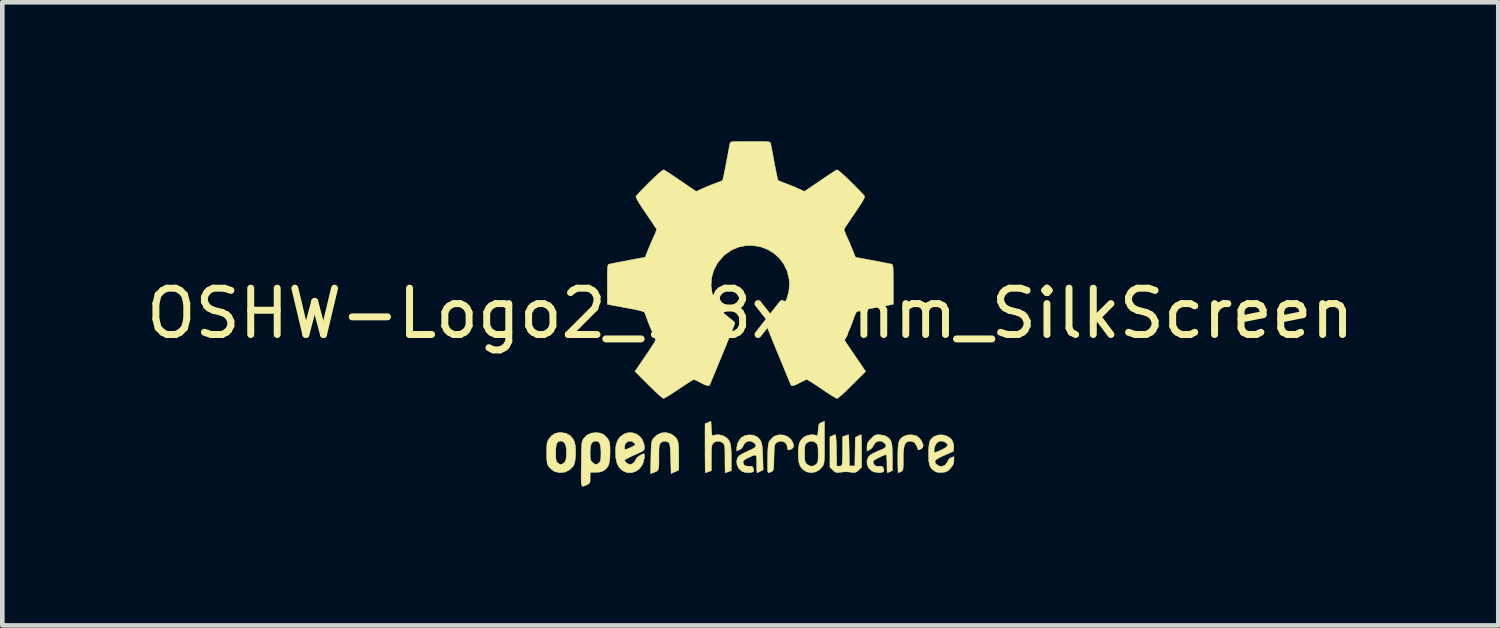
<source format=kicad_pcb>
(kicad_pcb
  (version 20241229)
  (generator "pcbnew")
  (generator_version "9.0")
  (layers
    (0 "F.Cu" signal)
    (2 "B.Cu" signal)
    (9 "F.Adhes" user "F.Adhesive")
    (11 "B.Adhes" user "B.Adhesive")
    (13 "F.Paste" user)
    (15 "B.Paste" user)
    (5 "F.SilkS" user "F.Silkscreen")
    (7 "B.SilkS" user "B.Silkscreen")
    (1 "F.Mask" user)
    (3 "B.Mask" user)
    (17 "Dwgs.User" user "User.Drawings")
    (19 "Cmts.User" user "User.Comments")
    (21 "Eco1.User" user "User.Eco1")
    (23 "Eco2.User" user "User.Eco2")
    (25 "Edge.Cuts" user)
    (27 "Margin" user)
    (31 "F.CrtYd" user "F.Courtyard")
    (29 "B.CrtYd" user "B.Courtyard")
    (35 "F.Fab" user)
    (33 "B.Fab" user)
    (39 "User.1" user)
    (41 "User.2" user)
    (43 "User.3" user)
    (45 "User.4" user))
  (footprint "OSHW-Logo2_9.8x8mm_SilkScreen"
    (layer "F.Cu")
    (at 13.149 3.717)
    (property "Reference" "OSHW-Logo2_9.8x8mm_SilkScreen" (at 0 0 0) (layer "F.SilkS") (effects (font (size 1 1) (thickness 0.15))))
    (attr exclude_from_pos_files exclude_from_bom allow_missing_courtyard)
    (fp_poly (pts (xy 3.571 2.637) (xy 3.594 2.647) (xy 3.65 2.691) (xy 3.698 2.755) (xy 3.727 2.823) (xy 3.732 2.857) (xy 3.716 2.904) (xy 3.68 2.928) (xy 3.643 2.943) (xy 3.625 2.946) (xy 3.617 2.926) (xy 3.6 2.882) (xy 3.593 2.863) (xy 3.552 2.794) (xy 3.493 2.76) (xy 3.417 2.761) (xy 3.411 2.763) (xy 3.37 2.782) (xy 3.34 2.819) (xy 3.32 2.88) (xy 3.308 2.968) (xy 3.303 3.088) (xy 3.302 3.152) (xy 3.302 3.252) (xy 3.3 3.321) (xy 3.296 3.365) (xy 3.287 3.39) (xy 3.274 3.405) (xy 3.253 3.416) (xy 3.252 3.416) (xy 3.213 3.433) (xy 3.194 3.439) (xy 3.191 3.42) (xy 3.188 3.369) (xy 3.186 3.292) (xy 3.185 3.196) (xy 3.185 3.125) (xy 3.186 2.989) (xy 3.19 2.885) (xy 3.2 2.808) (xy 3.216 2.752) (xy 3.24 2.711) (xy 3.274 2.679) (xy 3.308 2.656) (xy 3.388 2.626) (xy 3.482 2.62) (xy 3.571 2.637)) (stroke (width 0.01) (type solid)) (fill yes) (layer "F.SilkS"))
    (fp_poly (pts (xy -1.728 2.595) (xy -1.666 2.631) (xy -1.622 2.667) (xy -1.59 2.705) (xy -1.568 2.751) (xy -1.554 2.812) (xy -1.547 2.895) (xy -1.544 3.007) (xy -1.544 3.087) (xy -1.544 3.382) (xy -1.71 3.457) (xy -1.719 3.133) (xy -1.723 3.013) (xy -1.728 2.925) (xy -1.733 2.865) (xy -1.74 2.825) (xy -1.75 2.801) (xy -1.763 2.786) (xy -1.767 2.783) (xy -1.831 2.757) (xy -1.896 2.767) (xy -1.934 2.794) (xy -1.95 2.813) (xy -1.961 2.838) (xy -1.968 2.876) (xy -1.972 2.934) (xy -1.973 3.018) (xy -1.973 3.106) (xy -1.973 3.216) (xy -1.975 3.294) (xy -1.982 3.347) (xy -1.995 3.381) (xy -2.018 3.404) (xy -2.053 3.421) (xy -2.1 3.439) (xy -2.152 3.458) (xy -2.146 3.111) (xy -2.143 2.986) (xy -2.14 2.894) (xy -2.136 2.828) (xy -2.13 2.781) (xy -2.121 2.748) (xy -2.108 2.722) (xy -2.092 2.699) (xy -2.018 2.625) (xy -1.926 2.582) (xy -1.827 2.571) (xy -1.728 2.595)) (stroke (width 0.01) (type solid)) (fill yes) (layer "F.SilkS"))
    (fp_poly (pts (xy 0.713 2.625) (xy 0.802 2.657) (xy 0.874 2.715) (xy 0.902 2.756) (xy 0.933 2.831) (xy 0.932 2.885) (xy 0.9 2.921) (xy 0.888 2.928) (xy 0.837 2.947) (xy 0.81 2.942) (xy 0.802 2.91) (xy 0.801 2.892) (xy 0.785 2.826) (xy 0.742 2.78) (xy 0.683 2.758) (xy 0.617 2.763) (xy 0.564 2.792) (xy 0.546 2.809) (xy 0.533 2.829) (xy 0.524 2.859) (xy 0.519 2.907) (xy 0.515 2.978) (xy 0.512 3.08) (xy 0.511 3.112) (xy 0.509 3.222) (xy 0.506 3.3) (xy 0.501 3.351) (xy 0.494 3.383) (xy 0.483 3.401) (xy 0.467 3.412) (xy 0.457 3.417) (xy 0.413 3.433) (xy 0.388 3.439) (xy 0.379 3.421) (xy 0.374 3.365) (xy 0.372 3.272) (xy 0.374 3.141) (xy 0.374 3.121) (xy 0.377 3.002) (xy 0.381 2.914) (xy 0.386 2.853) (xy 0.393 2.809) (xy 0.404 2.778) (xy 0.419 2.751) (xy 0.427 2.74) (xy 0.472 2.69) (xy 0.522 2.651) (xy 0.528 2.647) (xy 0.618 2.62) (xy 0.713 2.625)) (stroke (width 0.01) (type solid)) (fill yes) (layer "F.SilkS"))
    (fp_poly (pts (xy -0.84 2.492) (xy -0.834 2.572) (xy -0.828 2.619) (xy -0.819 2.64) (xy -0.805 2.64) (xy -0.801 2.637) (xy -0.744 2.62) (xy -0.669 2.621) (xy -0.593 2.639) (xy -0.545 2.663) (xy -0.496 2.7) (xy -0.461 2.743) (xy -0.436 2.797) (xy -0.421 2.869) (xy -0.413 2.966) (xy -0.41 3.095) (xy -0.41 3.119) (xy -0.41 3.396) (xy -0.472 3.417) (xy -0.516 3.432) (xy -0.54 3.439) (xy -0.54 3.439) (xy -0.543 3.42) (xy -0.545 3.37) (xy -0.546 3.293) (xy -0.547 3.197) (xy -0.547 3.139) (xy -0.547 3.025) (xy -0.549 2.943) (xy -0.552 2.886) (xy -0.558 2.849) (xy -0.568 2.825) (xy -0.583 2.806) (xy -0.592 2.797) (xy -0.655 2.761) (xy -0.724 2.759) (xy -0.786 2.789) (xy -0.798 2.8) (xy -0.815 2.821) (xy -0.826 2.845) (xy -0.834 2.881) (xy -0.838 2.934) (xy -0.84 3.012) (xy -0.84 3.121) (xy -0.84 3.396) (xy -0.902 3.417) (xy -0.945 3.432) (xy -0.969 3.439) (xy -0.97 3.439) (xy -0.972 3.42) (xy -0.974 3.367) (xy -0.975 3.286) (xy -0.976 3.18) (xy -0.977 3.055) (xy -0.977 2.916) (xy -0.977 2.382) (xy -0.85 2.328) (xy -0.84 2.492)) (stroke (width 0.01) (type solid)) (fill yes) (layer "F.SilkS"))
    (fp_poly (pts (xy 2.396 2.637) (xy 2.399 2.688) (xy 2.401 2.766) (xy 2.403 2.865) (xy 2.403 2.968) (xy 2.403 3.319) (xy 2.341 3.38) (xy 2.299 3.418) (xy 2.261 3.434) (xy 2.21 3.433) (xy 2.19 3.43) (xy 2.127 3.423) (xy 2.074 3.419) (xy 2.061 3.419) (xy 2.018 3.421) (xy 1.957 3.427) (xy 1.933 3.43) (xy 1.874 3.435) (xy 1.834 3.425) (xy 1.795 3.394) (xy 1.781 3.38) (xy 1.719 3.319) (xy 1.719 2.664) (xy 1.769 2.641) (xy 1.812 2.624) (xy 1.837 2.618) (xy 1.844 2.637) (xy 1.85 2.689) (xy 1.855 2.768) (xy 1.859 2.87) (xy 1.861 2.955) (xy 1.866 3.292) (xy 1.913 3.299) (xy 1.955 3.294) (xy 1.976 3.279) (xy 1.982 3.251) (xy 1.987 3.192) (xy 1.99 3.108) (xy 1.992 3.009) (xy 1.993 2.957) (xy 1.993 2.661) (xy 2.054 2.64) (xy 2.098 2.625) (xy 2.122 2.618) (xy 2.122 2.618) (xy 2.125 2.637) (xy 2.127 2.688) (xy 2.13 2.766) (xy 2.132 2.864) (xy 2.134 2.955) (xy 2.139 3.292) (xy 2.257 3.292) (xy 2.262 2.985) (xy 2.267 2.677) (xy 2.325 2.648) (xy 2.367 2.627) (xy 2.392 2.618) (xy 2.392 2.618) (xy 2.396 2.637)) (stroke (width 0.01) (type solid)) (fill yes) (layer "F.SilkS"))
    (fp_poly (pts (xy -3.983 2.587) (xy -3.892 2.635) (xy -3.824 2.713) (xy -3.8 2.763) (xy -3.781 2.838) (xy -3.772 2.932) (xy -3.771 3.035) (xy -3.778 3.136) (xy -3.793 3.223) (xy -3.815 3.286) (xy -3.822 3.297) (xy -3.903 3.377) (xy -4 3.425) (xy -4.104 3.439) (xy -4.21 3.418) (xy -4.239 3.405) (xy -4.297 3.364) (xy -4.347 3.311) (xy -4.352 3.304) (xy -4.371 3.271) (xy -4.384 3.236) (xy -4.391 3.19) (xy -4.395 3.125) (xy -4.396 3.03) (xy -4.396 3.009) (xy -4.396 3.002) (xy -4.201 3.002) (xy -4.2 3.091) (xy -4.195 3.151) (xy -4.186 3.189) (xy -4.17 3.215) (xy -4.162 3.224) (xy -4.115 3.257) (xy -4.07 3.256) (xy -4.024 3.227) (xy -3.996 3.196) (xy -3.98 3.151) (xy -3.971 3.079) (xy -3.97 3.071) (xy -3.969 2.942) (xy -3.985 2.846) (xy -4.019 2.784) (xy -4.07 2.756) (xy -4.088 2.755) (xy -4.136 2.763) (xy -4.169 2.789) (xy -4.189 2.839) (xy -4.199 2.919) (xy -4.201 3.002) (xy -4.396 3.002) (xy -4.395 2.908) (xy -4.392 2.838) (xy -4.386 2.789) (xy -4.374 2.753) (xy -4.356 2.722) (xy -4.352 2.716) (xy -4.286 2.636) (xy -4.213 2.59) (xy -4.125 2.572) (xy -4.095 2.571) (xy -3.983 2.587)) (stroke (width 0.01) (type solid)) (fill yes) (layer "F.SilkS"))
    (fp_poly (pts (xy 4.245 2.648) (xy 4.323 2.698) (xy 4.36 2.744) (xy 4.389 2.826) (xy 4.392 2.891) (xy 4.386 2.977) (xy 4.186 3.065) (xy 4.089 3.11) (xy 4.025 3.146) (xy 3.992 3.177) (xy 3.986 3.207) (xy 4.005 3.241) (xy 4.025 3.263) (xy 4.084 3.298) (xy 4.148 3.301) (xy 4.207 3.273) (xy 4.25 3.218) (xy 4.258 3.199) (xy 4.295 3.138) (xy 4.338 3.113) (xy 4.396 3.09) (xy 4.396 3.174) (xy 4.391 3.231) (xy 4.371 3.279) (xy 4.328 3.334) (xy 4.322 3.342) (xy 4.275 3.391) (xy 4.234 3.417) (xy 4.183 3.429) (xy 4.141 3.433) (xy 4.066 3.434) (xy 4.012 3.421) (xy 3.979 3.403) (xy 3.926 3.362) (xy 3.89 3.318) (xy 3.867 3.262) (xy 3.854 3.187) (xy 3.85 3.084) (xy 3.849 3.032) (xy 3.851 2.97) (xy 3.968 2.97) (xy 3.97 3.003) (xy 3.973 3.009) (xy 3.996 3.001) (xy 4.044 2.982) (xy 4.109 2.954) (xy 4.122 2.948) (xy 4.204 2.906) (xy 4.249 2.87) (xy 4.259 2.835) (xy 4.236 2.801) (xy 4.216 2.785) (xy 4.145 2.755) (xy 4.079 2.76) (xy 4.024 2.797) (xy 3.986 2.863) (xy 3.973 2.916) (xy 3.968 2.97) (xy 3.851 2.97) (xy 3.852 2.911) (xy 3.861 2.821) (xy 3.879 2.755) (xy 3.909 2.707) (xy 3.953 2.669) (xy 3.972 2.656) (xy 4.059 2.624) (xy 4.154 2.622) (xy 4.245 2.648)) (stroke (width 0.01) (type solid)) (fill yes) (layer "F.SilkS"))
    (fp_poly (pts (xy 1.602 2.78) (xy 1.602 2.926) (xy 1.601 3.039) (xy 1.599 3.123) (xy 1.595 3.184) (xy 1.59 3.227) (xy 1.582 3.259) (xy 1.571 3.283) (xy 1.563 3.297) (xy 1.497 3.373) (xy 1.412 3.421) (xy 1.319 3.438) (xy 1.226 3.423) (xy 1.17 3.394) (xy 1.112 3.346) (xy 1.072 3.286) (xy 1.048 3.209) (xy 1.037 3.105) (xy 1.036 3.028) (xy 1.036 3.023) (xy 1.172 3.023) (xy 1.173 3.11) (xy 1.177 3.168) (xy 1.186 3.206) (xy 1.201 3.233) (xy 1.22 3.254) (xy 1.283 3.294) (xy 1.351 3.297) (xy 1.415 3.264) (xy 1.42 3.26) (xy 1.441 3.236) (xy 1.455 3.208) (xy 1.462 3.167) (xy 1.465 3.102) (xy 1.465 3.031) (xy 1.464 2.942) (xy 1.46 2.882) (xy 1.451 2.843) (xy 1.436 2.815) (xy 1.423 2.8) (xy 1.364 2.763) (xy 1.295 2.758) (xy 1.23 2.787) (xy 1.218 2.797) (xy 1.196 2.821) (xy 1.183 2.849) (xy 1.176 2.891) (xy 1.173 2.956) (xy 1.172 3.023) (xy 1.036 3.023) (xy 1.04 2.906) (xy 1.056 2.814) (xy 1.087 2.744) (xy 1.134 2.69) (xy 1.17 2.663) (xy 1.237 2.633) (xy 1.314 2.619) (xy 1.386 2.622) (xy 1.426 2.637) (xy 1.442 2.642) (xy 1.453 2.626) (xy 1.46 2.583) (xy 1.465 2.518) (xy 1.471 2.446) (xy 1.48 2.402) (xy 1.495 2.377) (xy 1.522 2.361) (xy 1.539 2.354) (xy 1.602 2.327) (xy 1.602 2.78)) (stroke (width 0.01) (type solid)) (fill yes) (layer "F.SilkS"))
    (fp_poly (pts (xy -2.466 2.6) (xy -2.389 2.652) (xy -2.329 2.726) (xy -2.294 2.822) (xy -2.286 2.892) (xy -2.287 2.921) (xy -2.294 2.943) (xy -2.313 2.963) (xy -2.35 2.986) (xy -2.41 3.015) (xy -2.5 3.055) (xy -2.501 3.055) (xy -2.584 3.093) (xy -2.652 3.127) (xy -2.698 3.153) (xy -2.716 3.167) (xy -2.716 3.167) (xy -2.701 3.199) (xy -2.665 3.233) (xy -2.624 3.258) (xy -2.603 3.263) (xy -2.546 3.246) (xy -2.497 3.203) (xy -2.474 3.156) (xy -2.451 3.122) (xy -2.406 3.082) (xy -2.353 3.048) (xy -2.306 3.029) (xy -2.297 3.028) (xy -2.286 3.045) (xy -2.285 3.088) (xy -2.293 3.146) (xy -2.308 3.207) (xy -2.329 3.261) (xy -2.33 3.264) (xy -2.392 3.351) (xy -2.473 3.41) (xy -2.565 3.439) (xy -2.66 3.436) (xy -2.752 3.397) (xy -2.756 3.395) (xy -2.828 3.33) (xy -2.875 3.245) (xy -2.901 3.133) (xy -2.905 3.102) (xy -2.911 2.954) (xy -2.903 2.884) (xy -2.716 2.884) (xy -2.713 2.928) (xy -2.7 2.94) (xy -2.667 2.931) (xy -2.615 2.908) (xy -2.556 2.881) (xy -2.555 2.88) (xy -2.505 2.854) (xy -2.485 2.836) (xy -2.49 2.818) (xy -2.511 2.794) (xy -2.563 2.759) (xy -2.62 2.757) (xy -2.671 2.782) (xy -2.706 2.831) (xy -2.716 2.884) (xy -2.903 2.884) (xy -2.898 2.835) (xy -2.865 2.741) (xy -2.82 2.675) (xy -2.737 2.609) (xy -2.646 2.576) (xy -2.554 2.574) (xy -2.466 2.6)) (stroke (width 0.01) (type solid)) (fill yes) (layer "F.SilkS"))
    (fp_poly (pts (xy 0.054 2.626) (xy 0.13 2.655) (xy 0.131 2.655) (xy 0.178 2.69) (xy 0.213 2.731) (xy 0.238 2.784) (xy 0.254 2.856) (xy 0.264 2.953) (xy 0.27 3.082) (xy 0.27 3.1) (xy 0.277 3.377) (xy 0.218 3.408) (xy 0.175 3.429) (xy 0.149 3.439) (xy 0.148 3.439) (xy 0.143 3.421) (xy 0.139 3.372) (xy 0.137 3.3) (xy 0.137 3.242) (xy 0.137 3.148) (xy 0.132 3.089) (xy 0.118 3.061) (xy 0.085 3.06) (xy 0.03 3.081) (xy -0.054 3.12) (xy -0.115 3.153) (xy -0.147 3.181) (xy -0.156 3.212) (xy -0.156 3.213) (xy -0.141 3.266) (xy -0.095 3.295) (xy -0.026 3.299) (xy 0.024 3.298) (xy 0.051 3.313) (xy 0.067 3.347) (xy 0.077 3.391) (xy 0.063 3.416) (xy 0.058 3.42) (xy 0.009 3.434) (xy -0.058 3.437) (xy -0.128 3.427) (xy -0.178 3.41) (xy -0.246 3.351) (xy -0.285 3.27) (xy -0.293 3.207) (xy -0.287 3.15) (xy -0.266 3.104) (xy -0.224 3.062) (xy -0.155 3.021) (xy -0.055 2.974) (xy -0.049 2.971) (xy 0.041 2.93) (xy 0.097 2.895) (xy 0.121 2.865) (xy 0.116 2.833) (xy 0.084 2.797) (xy 0.075 2.789) (xy 0.012 2.757) (xy -0.054 2.758) (xy -0.111 2.79) (xy -0.149 2.848) (xy -0.152 2.859) (xy -0.187 2.915) (xy -0.23 2.942) (xy -0.293 2.968) (xy -0.293 2.9) (xy -0.274 2.8) (xy -0.217 2.709) (xy -0.188 2.678) (xy -0.12 2.639) (xy -0.035 2.622) (xy 0.054 2.626)) (stroke (width 0.01) (type solid)) (fill yes) (layer "F.SilkS"))
    (fp_poly (pts (xy -3.231 2.585) (xy -3.156 2.622) (xy -3.091 2.69) (xy -3.072 2.716) (xy -3.053 2.749) (xy -3.04 2.785) (xy -3.032 2.833) (xy -3.029 2.903) (xy -3.028 2.994) (xy -3.032 3.12) (xy -3.043 3.214) (xy -3.065 3.285) (xy -3.1 3.338) (xy -3.149 3.383) (xy -3.153 3.385) (xy -3.202 3.412) (xy -3.261 3.426) (xy -3.336 3.429) (xy -3.458 3.429) (xy -3.458 3.547) (xy -3.459 3.613) (xy -3.466 3.652) (xy -3.484 3.675) (xy -3.519 3.695) (xy -3.527 3.699) (xy -3.566 3.718) (xy -3.596 3.729) (xy -3.619 3.73) (xy -3.635 3.717) (xy -3.645 3.685) (xy -3.65 3.63) (xy -3.652 3.549) (xy -3.652 3.437) (xy -3.65 3.292) (xy -3.65 3.248) (xy -3.648 3.098) (xy -3.646 3) (xy -3.458 3) (xy -3.457 3.083) (xy -3.453 3.138) (xy -3.442 3.174) (xy -3.423 3.201) (xy -3.41 3.215) (xy -3.358 3.254) (xy -3.312 3.258) (xy -3.264 3.225) (xy -3.263 3.224) (xy -3.244 3.199) (xy -3.232 3.164) (xy -3.226 3.112) (xy -3.224 3.031) (xy -3.224 3.013) (xy -3.228 2.902) (xy -3.243 2.825) (xy -3.269 2.778) (xy -3.309 2.757) (xy -3.332 2.755) (xy -3.387 2.765) (xy -3.425 2.798) (xy -3.447 2.858) (xy -3.457 2.95) (xy -3.458 3) (xy -3.646 3) (xy -3.646 2.982) (xy -3.643 2.895) (xy -3.639 2.831) (xy -3.634 2.786) (xy -3.627 2.754) (xy -3.617 2.73) (xy -3.604 2.709) (xy -3.598 2.701) (xy -3.525 2.627) (xy -3.432 2.584) (xy -3.325 2.573) (xy -3.231 2.585)) (stroke (width 0.01) (type solid)) (fill yes) (layer "F.SilkS"))
    (fp_poly (pts (xy 2.887 2.634) (xy 2.944 2.659) (xy 2.988 2.69) (xy 3.02 2.725) (xy 3.042 2.77) (xy 3.057 2.831) (xy 3.064 2.915) (xy 3.067 3.028) (xy 3.068 3.103) (xy 3.068 3.393) (xy 3.018 3.416) (xy 2.979 3.433) (xy 2.959 3.439) (xy 2.955 3.421) (xy 2.952 3.372) (xy 2.951 3.3) (xy 2.95 3.243) (xy 2.949 3.161) (xy 2.944 3.096) (xy 2.938 3.056) (xy 2.933 3.048) (xy 2.898 3.057) (xy 2.844 3.079) (xy 2.781 3.109) (xy 2.72 3.141) (xy 2.674 3.17) (xy 2.652 3.19) (xy 2.652 3.19) (xy 2.654 3.227) (xy 2.671 3.262) (xy 2.7 3.291) (xy 2.743 3.3) (xy 2.78 3.299) (xy 2.832 3.298) (xy 2.859 3.31) (xy 2.876 3.343) (xy 2.878 3.349) (xy 2.885 3.395) (xy 2.866 3.423) (xy 2.816 3.436) (xy 2.763 3.438) (xy 2.666 3.42) (xy 2.616 3.394) (xy 2.554 3.333) (xy 2.522 3.258) (xy 2.519 3.178) (xy 2.546 3.104) (xy 2.588 3.058) (xy 2.63 3.032) (xy 2.695 2.999) (xy 2.771 2.966) (xy 2.784 2.96) (xy 2.867 2.924) (xy 2.916 2.891) (xy 2.931 2.859) (xy 2.917 2.822) (xy 2.892 2.794) (xy 2.833 2.759) (xy 2.768 2.756) (xy 2.709 2.783) (xy 2.666 2.837) (xy 2.661 2.851) (xy 2.628 2.902) (xy 2.581 2.94) (xy 2.52 2.971) (xy 2.52 2.883) (xy 2.524 2.829) (xy 2.539 2.787) (xy 2.573 2.741) (xy 2.605 2.706) (xy 2.655 2.657) (xy 2.694 2.631) (xy 2.736 2.62) (xy 2.783 2.618) (xy 2.887 2.634)) (stroke (width 0.01) (type solid)) (fill yes) (layer "F.SilkS"))
    (fp_poly (pts (xy 0.14 -3.712) (xy 0.246 -3.712) (xy 0.322 -3.71) (xy 0.374 -3.707) (xy 0.407 -3.702) (xy 0.426 -3.695) (xy 0.435 -3.684) (xy 0.439 -3.67) (xy 0.44 -3.668) (xy 0.446 -3.636) (xy 0.459 -3.572) (xy 0.476 -3.483) (xy 0.496 -3.376) (xy 0.518 -3.258) (xy 0.518 -3.254) (xy 0.54 -3.138) (xy 0.561 -3.036) (xy 0.579 -2.953) (xy 0.592 -2.897) (xy 0.601 -2.872) (xy 0.601 -2.871) (xy 0.626 -2.859) (xy 0.676 -2.839) (xy 0.742 -2.814) (xy 0.742 -2.814) (xy 0.825 -2.783) (xy 0.923 -2.744) (xy 1.015 -2.704) (xy 1.019 -2.702) (xy 1.169 -2.634) (xy 1.501 -2.86) (xy 1.603 -2.929) (xy 1.696 -2.991) (xy 1.773 -3.042) (xy 1.83 -3.079) (xy 1.861 -3.098) (xy 1.864 -3.099) (xy 1.887 -3.093) (xy 1.93 -3.063) (xy 1.994 -3.008) (xy 2.081 -2.927) (xy 2.171 -2.84) (xy 2.256 -2.755) (xy 2.333 -2.677) (xy 2.397 -2.611) (xy 2.442 -2.563) (xy 2.464 -2.536) (xy 2.464 -2.535) (xy 2.467 -2.517) (xy 2.458 -2.487) (xy 2.435 -2.441) (xy 2.395 -2.376) (xy 2.338 -2.288) (xy 2.261 -2.173) (xy 2.193 -2.073) (xy 2.132 -1.983) (xy 2.081 -1.908) (xy 2.045 -1.854) (xy 2.027 -1.827) (xy 2.026 -1.825) (xy 2.028 -1.798) (xy 2.045 -1.747) (xy 2.073 -1.68) (xy 2.083 -1.659) (xy 2.127 -1.564) (xy 2.173 -1.456) (xy 2.211 -1.363) (xy 2.238 -1.294) (xy 2.26 -1.241) (xy 2.272 -1.214) (xy 2.274 -1.211) (xy 2.297 -1.208) (xy 2.351 -1.198) (xy 2.429 -1.184) (xy 2.524 -1.166) (xy 2.628 -1.146) (xy 2.735 -1.126) (xy 2.837 -1.107) (xy 2.927 -1.089) (xy 2.998 -1.075) (xy 3.042 -1.066) (xy 3.053 -1.063) (xy 3.064 -1.057) (xy 3.073 -1.042) (xy 3.079 -1.015) (xy 3.083 -0.97) (xy 3.085 -0.902) (xy 3.087 -0.806) (xy 3.087 -0.678) (xy 3.087 -0.625) (xy 3.087 -0.198) (xy 2.985 -0.178) (xy 2.927 -0.167) (xy 2.842 -0.151) (xy 2.739 -0.132) (xy 2.629 -0.111) (xy 2.599 -0.106) (xy 2.497 -0.086) (xy 2.408 -0.067) (xy 2.34 -0.049) (xy 2.3 -0.036) (xy 2.293 -0.032) (xy 2.277 -0.004) (xy 2.253 0.051) (xy 2.227 0.122) (xy 2.222 0.137) (xy 2.188 0.231) (xy 2.146 0.337) (xy 2.104 0.432) (xy 2.104 0.433) (xy 2.035 0.583) (xy 2.49 1.252) (xy 2.197 1.544) (xy 2.109 1.631) (xy 2.029 1.708) (xy 1.96 1.77) (xy 1.909 1.814) (xy 1.879 1.835) (xy 1.874 1.837) (xy 1.849 1.826) (xy 1.797 1.797) (xy 1.725 1.752) (xy 1.637 1.695) (xy 1.543 1.631) (xy 1.447 1.567) (xy 1.361 1.51) (xy 1.291 1.466) (xy 1.242 1.437) (xy 1.221 1.426) (xy 1.194 1.435) (xy 1.144 1.458) (xy 1.08 1.491) (xy 1.074 1.494) (xy 0.988 1.537) (xy 0.929 1.558) (xy 0.893 1.559) (xy 0.874 1.539) (xy 0.874 1.539) (xy 0.864 1.515) (xy 0.841 1.46) (xy 0.807 1.378) (xy 0.763 1.272) (xy 0.712 1.147) (xy 0.654 1.007) (xy 0.598 0.872) (xy 0.536 0.722) (xy 0.48 0.584) (xy 0.43 0.461) (xy 0.389 0.357) (xy 0.358 0.277) (xy 0.338 0.225) (xy 0.332 0.206) (xy 0.347 0.183) (xy 0.386 0.148) (xy 0.439 0.109) (xy 0.588 -0.015) (xy 0.705 -0.156) (xy 0.787 -0.313) (xy 0.834 -0.482) (xy 0.845 -0.66) (xy 0.837 -0.742) (xy 0.796 -0.913) (xy 0.724 -1.064) (xy 0.627 -1.193) (xy 0.509 -1.299) (xy 0.374 -1.381) (xy 0.227 -1.437) (xy 0.072 -1.465) (xy -0.087 -1.465) (xy -0.244 -1.435) (xy -0.396 -1.372) (xy -0.538 -1.277) (xy -0.597 -1.222) (xy -0.711 -1.083) (xy -0.79 -0.932) (xy -0.835 -0.771) (xy -0.847 -0.607) (xy -0.825 -0.443) (xy -0.772 -0.284) (xy -0.686 -0.134) (xy -0.569 0.002) (xy -0.439 0.109) (xy -0.384 0.15) (xy -0.346 0.185) (xy -0.332 0.206) (xy -0.339 0.229) (xy -0.36 0.283) (xy -0.392 0.366) (xy -0.434 0.471) (xy -0.485 0.596) (xy -0.542 0.736) (xy -0.598 0.872) (xy -0.66 1.021) (xy -0.717 1.16) (xy -0.768 1.283) (xy -0.811 1.387) (xy -0.844 1.467) (xy -0.866 1.519) (xy -0.874 1.539) (xy -0.893 1.558) (xy -0.929 1.558) (xy -0.988 1.537) (xy -1.073 1.495) (xy -1.074 1.494) (xy -1.138 1.461) (xy -1.19 1.437) (xy -1.219 1.426) (xy -1.221 1.426) (xy -1.243 1.437) (xy -1.292 1.466) (xy -1.362 1.511) (xy -1.447 1.567) (xy -1.543 1.631) (xy -1.639 1.696) (xy -1.727 1.753) (xy -1.799 1.797) (xy -1.85 1.826) (xy -1.874 1.837) (xy -1.897 1.823) (xy -1.942 1.786) (xy -2.006 1.729) (xy -2.083 1.656) (xy -2.169 1.572) (xy -2.198 1.544) (xy -2.49 1.251) (xy -2.267 0.925) (xy -2.2 0.825) (xy -2.14 0.735) (xy -2.093 0.661) (xy -2.06 0.607) (xy -2.045 0.579) (xy -2.045 0.577) (xy -2.053 0.551) (xy -2.073 0.498) (xy -2.103 0.427) (xy -2.124 0.38) (xy -2.164 0.29) (xy -2.201 0.198) (xy -2.23 0.121) (xy -2.237 0.098) (xy -2.26 0.035) (xy -2.281 -0.014) (xy -2.293 -0.032) (xy -2.319 -0.043) (xy -2.377 -0.059) (xy -2.458 -0.078) (xy -2.555 -0.098) (xy -2.599 -0.106) (xy -2.709 -0.126) (xy -2.815 -0.146) (xy -2.906 -0.163) (xy -2.972 -0.175) (xy -2.985 -0.178) (xy -3.087 -0.198) (xy -3.087 -0.625) (xy -3.087 -0.766) (xy -3.086 -0.872) (xy -3.084 -0.949) (xy -3.08 -1.002) (xy -3.075 -1.035) (xy -3.067 -1.053) (xy -3.057 -1.062) (xy -3.053 -1.063) (xy -3.028 -1.069) (xy -2.972 -1.08) (xy -2.892 -1.096) (xy -2.796 -1.114) (xy -2.691 -1.134) (xy -2.585 -1.155) (xy -2.483 -1.174) (xy -2.395 -1.19) (xy -2.325 -1.203) (xy -2.283 -1.21) (xy -2.274 -1.211) (xy -2.265 -1.228) (xy -2.246 -1.273) (xy -2.221 -1.338) (xy -2.211 -1.363) (xy -2.171 -1.46) (xy -2.125 -1.568) (xy -2.083 -1.659) (xy -2.052 -1.728) (xy -2.032 -1.785) (xy -2.025 -1.82) (xy -2.026 -1.825) (xy -2.041 -1.847) (xy -2.074 -1.896) (xy -2.121 -1.967) (xy -2.181 -2.055) (xy -2.248 -2.154) (xy -2.261 -2.173) (xy -2.339 -2.289) (xy -2.396 -2.377) (xy -2.435 -2.442) (xy -2.458 -2.487) (xy -2.467 -2.516) (xy -2.465 -2.535) (xy -2.464 -2.535) (xy -2.445 -2.559) (xy -2.402 -2.605) (xy -2.341 -2.669) (xy -2.265 -2.746) (xy -2.18 -2.831) (xy -2.171 -2.84) (xy -2.063 -2.944) (xy -1.98 -3.02) (xy -1.92 -3.07) (xy -1.882 -3.096) (xy -1.864 -3.099) (xy -1.84 -3.085) (xy -1.788 -3.052) (xy -1.714 -3.004) (xy -1.625 -2.944) (xy -1.525 -2.876) (xy -1.501 -2.86) (xy -1.169 -2.634) (xy -1.019 -2.702) (xy -0.928 -2.741) (xy -0.83 -2.781) (xy -0.746 -2.813) (xy -0.742 -2.814) (xy -0.677 -2.838) (xy -0.626 -2.859) (xy -0.601 -2.871) (xy -0.601 -2.871) (xy -0.593 -2.893) (xy -0.58 -2.948) (xy -0.562 -3.029) (xy -0.542 -3.129) (xy -0.52 -3.244) (xy -0.518 -3.254) (xy -0.496 -3.372) (xy -0.476 -3.479) (xy -0.459 -3.569) (xy -0.447 -3.634) (xy -0.44 -3.668) (xy -0.44 -3.668) (xy -0.435 -3.683) (xy -0.427 -3.693) (xy -0.41 -3.701) (xy -0.379 -3.707) (xy -0.329 -3.71) (xy -0.256 -3.712) (xy -0.153 -3.712) (xy -0.018 -3.712) (xy 0 -3.712) (xy 0.14 -3.712)) (stroke (width 0.01) (type solid)) (fill yes) (layer "F.SilkS")))
  (gr_rect
    (start -3 -3)
    (end 29.298 10.453)
    (stroke (width 0.1) (type default))
    (fill no)
    (layer "Edge.Cuts")))
</source>
